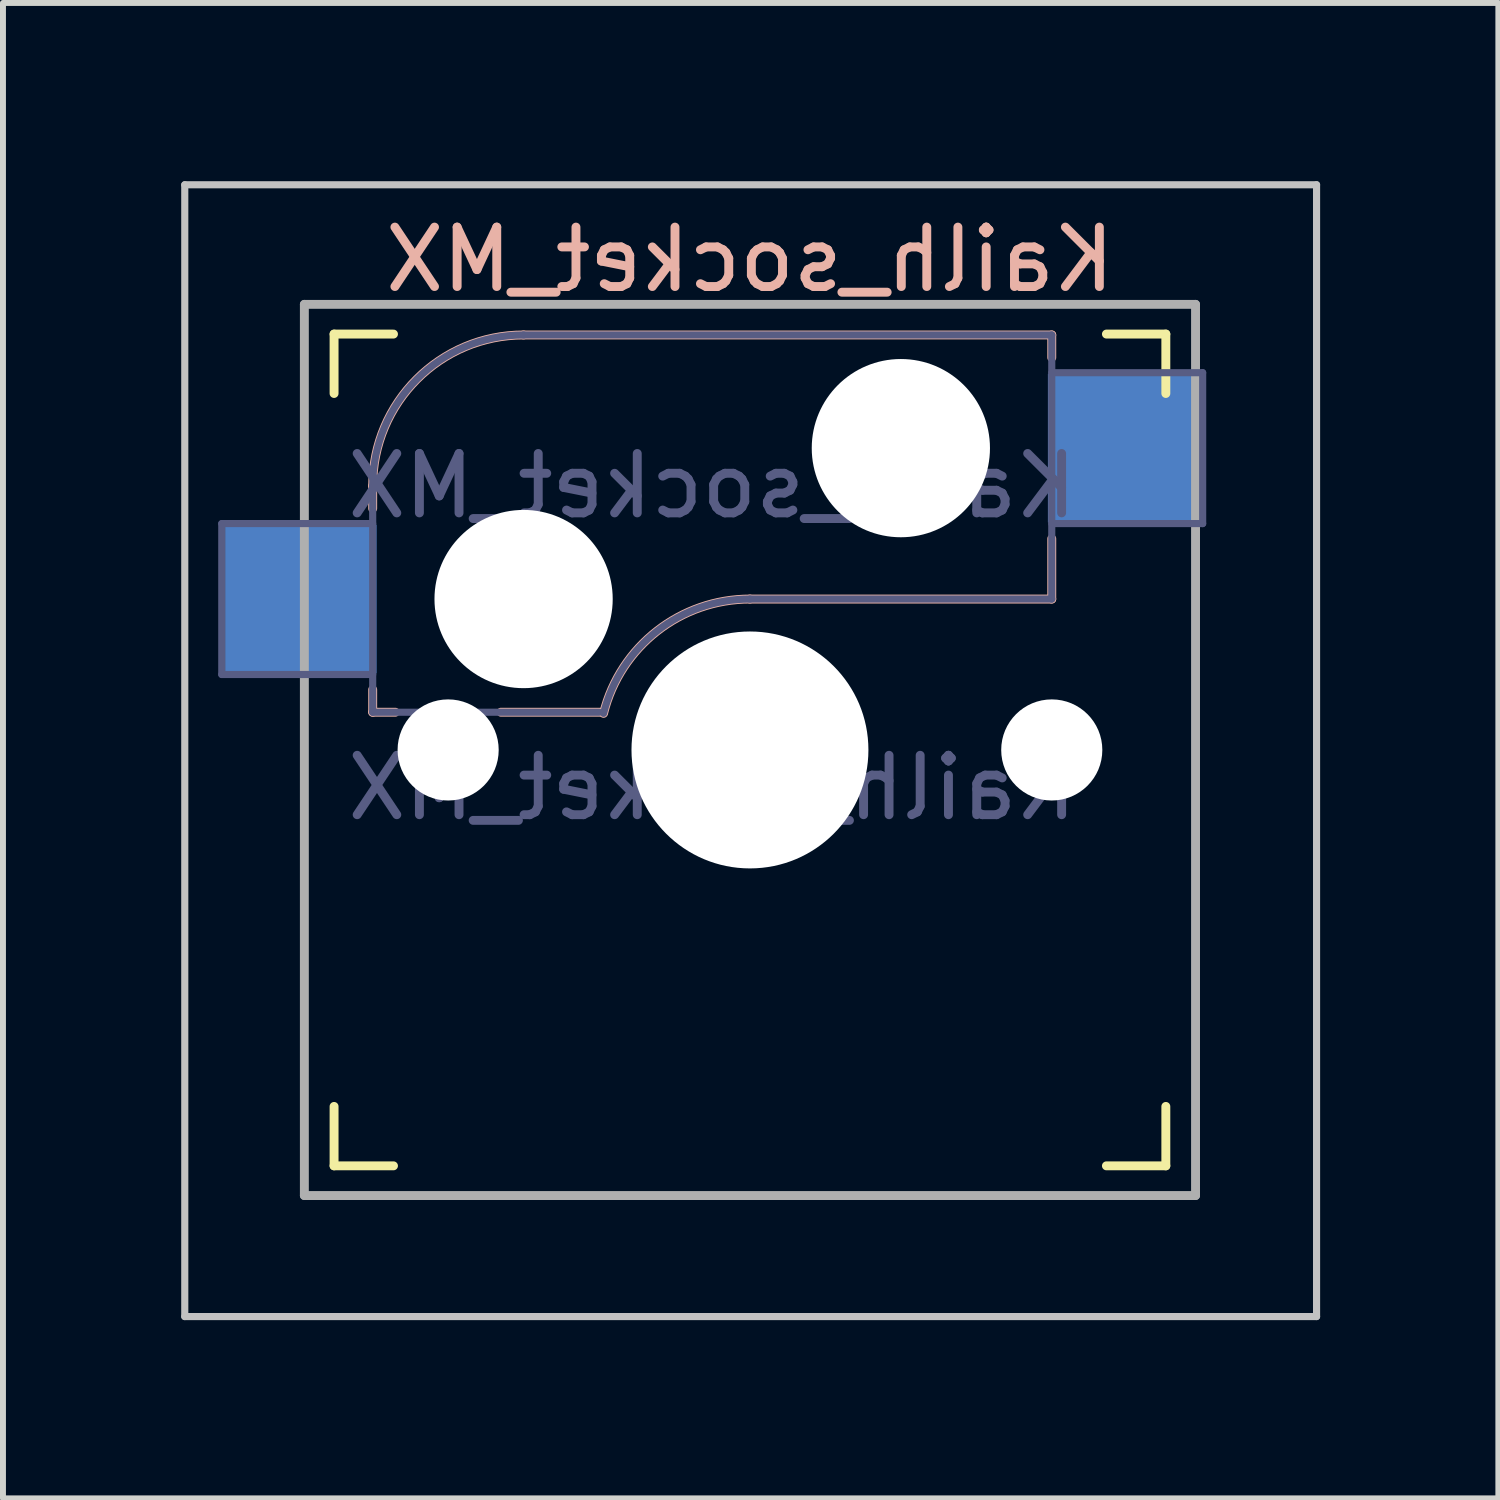
<source format=kicad_pcb>
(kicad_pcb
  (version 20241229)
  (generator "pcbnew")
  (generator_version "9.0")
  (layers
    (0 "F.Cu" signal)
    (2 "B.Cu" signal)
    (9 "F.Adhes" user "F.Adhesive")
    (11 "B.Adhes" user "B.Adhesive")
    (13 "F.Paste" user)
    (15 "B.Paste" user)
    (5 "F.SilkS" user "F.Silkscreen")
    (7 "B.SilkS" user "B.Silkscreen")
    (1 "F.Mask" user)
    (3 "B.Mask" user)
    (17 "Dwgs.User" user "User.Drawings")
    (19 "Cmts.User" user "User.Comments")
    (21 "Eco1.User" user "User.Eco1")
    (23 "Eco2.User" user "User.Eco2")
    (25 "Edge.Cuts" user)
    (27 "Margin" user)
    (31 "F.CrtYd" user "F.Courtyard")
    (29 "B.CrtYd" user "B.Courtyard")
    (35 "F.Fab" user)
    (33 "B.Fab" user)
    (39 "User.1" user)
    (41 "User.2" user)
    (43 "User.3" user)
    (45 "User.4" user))
  (footprint "Kailh_socket_MX"
    (layer "F.Cu")
    (at 9.573 9.573)
    (property "Reference" "Kailh_socket_MX" (at 0 -8.255 0) (layer "B.SilkS") (effects (font (size 1 1) (thickness 0.15)) (justify mirror)))
    (property "Value" "Kailh_socket_MX" (at 0 8.255 0) (layer "F.Fab") (hide yes) (effects (font (size 1 1) (thickness 0.15))))
    (attr smd)
    (fp_line (start -7 -6) (end -7 -7) (stroke (width 0.15) (type solid)) (layer "F.SilkS"))
    (fp_line (start -7 7) (end -7 6) (stroke (width 0.15) (type solid)) (layer "F.SilkS"))
    (fp_line (start -7 7) (end -6 7) (stroke (width 0.15) (type solid)) (layer "F.SilkS"))
    (fp_line (start -6 -7) (end -7 -7) (stroke (width 0.15) (type solid)) (layer "F.SilkS"))
    (fp_line (start 6 7) (end 7 7) (stroke (width 0.15) (type solid)) (layer "F.SilkS"))
    (fp_line (start 7 -7) (end 6 -7) (stroke (width 0.15) (type solid)) (layer "F.SilkS"))
    (fp_line (start 7 -7) (end 7 -6) (stroke (width 0.15) (type solid)) (layer "F.SilkS"))
    (fp_line (start 7 6) (end 7 7) (stroke (width 0.15) (type solid)) (layer "F.SilkS"))
    (fp_line (start -6.35 -4.445) (end -6.35 -4.064) (stroke (width 0.15) (type solid)) (layer "B.SilkS"))
    (fp_line (start -6.35 -1.016) (end -6.35 -0.635) (stroke (width 0.15) (type solid)) (layer "B.SilkS"))
    (fp_line (start -5.969 -0.635) (end -6.35 -0.635) (stroke (width 0.15) (type solid)) (layer "B.SilkS"))
    (fp_line (start -3.81 -6.985) (end 5.08 -6.985) (stroke (width 0.15) (type solid)) (layer "B.SilkS"))
    (fp_line (start -2.464 -0.635) (end -4.191 -0.635) (stroke (width 0.15) (type solid)) (layer "B.SilkS"))
    (fp_line (start 5.08 -6.985) (end 5.08 -6.604) (stroke (width 0.15) (type solid)) (layer "B.SilkS"))
    (fp_line (start 5.08 -3.556) (end 5.08 -2.54) (stroke (width 0.15) (type solid)) (layer "B.SilkS"))
    (fp_line (start 5.08 -2.54) (end 0 -2.54) (stroke (width 0.15) (type solid)) (layer "B.SilkS"))
    (fp_arc (start -6.35 -4.445) (mid -5.606051 -6.241051) (end -3.81 -6.985) (stroke (width 0.15) (type solid)) (layer "B.SilkS"))
    (fp_arc (start -2.464162 -0.61604) (mid -1.563147 -2.002042) (end 0 -2.54) (stroke (width 0.15) (type solid)) (layer "B.SilkS"))
    (fp_line (start -9.513 -9.513) (end -9.513 9.537) (stroke (width 0.12) (type solid)) (layer "Dwgs.User"))
    (fp_line (start -9.513 9.537) (end 9.537 9.537) (stroke (width 0.12) (type solid)) (layer "Dwgs.User"))
    (fp_line (start 9.537 -9.513) (end -9.513 -9.513) (stroke (width 0.12) (type solid)) (layer "Dwgs.User"))
    (fp_line (start 9.537 9.537) (end 9.537 -9.513) (stroke (width 0.12) (type solid)) (layer "Dwgs.User"))
    (fp_line (start -6.9 6.9) (end -6.9 -6.9) (stroke (width 0.15) (type solid)) (layer "Eco2.User"))
    (fp_line (start -6.9 6.9) (end 6.9 6.9) (stroke (width 0.15) (type solid)) (layer "Eco2.User"))
    (fp_line (start 6.9 -6.9) (end -6.9 -6.9) (stroke (width 0.15) (type solid)) (layer "Eco2.User"))
    (fp_line (start 6.9 -6.9) (end 6.9 6.9) (stroke (width 0.15) (type solid)) (layer "Eco2.User"))
    (fp_line (start -8.89 -3.81) (end -6.35 -3.81) (stroke (width 0.12) (type solid)) (layer "B.Fab"))
    (fp_line (start -8.89 -1.27) (end -8.89 -3.81) (stroke (width 0.12) (type solid)) (layer "B.Fab"))
    (fp_line (start -6.35 -1.27) (end -8.89 -1.27) (stroke (width 0.12) (type solid)) (layer "B.Fab"))
    (fp_line (start -6.35 -0.635) (end -6.35 -4.445) (stroke (width 0.12) (type solid)) (layer "B.Fab"))
    (fp_line (start -6.35 -0.635) (end -2.54 -0.635) (stroke (width 0.12) (type solid)) (layer "B.Fab"))
    (fp_line (start -3.81 -6.985) (end 5.08 -6.985) (stroke (width 0.12) (type solid)) (layer "B.Fab"))
    (fp_line (start 5.08 -6.985) (end 5.08 -2.54) (stroke (width 0.12) (type solid)) (layer "B.Fab"))
    (fp_line (start 5.08 -6.35) (end 7.62 -6.35) (stroke (width 0.12) (type solid)) (layer "B.Fab"))
    (fp_line (start 5.08 -2.54) (end 0 -2.54) (stroke (width 0.12) (type solid)) (layer "B.Fab"))
    (fp_line (start 7.62 -6.35) (end 7.62 -3.81) (stroke (width 0.12) (type solid)) (layer "B.Fab"))
    (fp_line (start 7.62 -3.81) (end 5.08 -3.81) (stroke (width 0.12) (type solid)) (layer "B.Fab"))
    (fp_arc (start -6.35 -4.445) (mid -5.606051 -6.241051) (end -3.81 -6.985) (stroke (width 0.12) (type solid)) (layer "B.Fab"))
    (fp_arc (start -2.464162 -0.61604) (mid -1.563147 -2.002042) (end 0 -2.54) (stroke (width 0.12) (type solid)) (layer "B.Fab"))
    (fp_line (start -7.5 -7.5) (end 7.5 -7.5) (stroke (width 0.15) (type solid)) (layer "F.Fab"))
    (fp_line (start -7.5 7.5) (end -7.5 -7.5) (stroke (width 0.15) (type solid)) (layer "F.Fab"))
    (fp_line (start 7.5 -7.5) (end 7.5 7.5) (stroke (width 0.15) (type solid)) (layer "F.Fab"))
    (fp_line (start 7.5 7.5) (end -7.5 7.5) (stroke (width 0.15) (type solid)) (layer "F.Fab"))
    (fp_text user "${REFERENCE}" (at -0.635 -4.445 0) (layer "B.Fab") (effects (font (size 1 1) (thickness 0.15)) (justify mirror)))
    (fp_text user "${VALUE}" (at -0.635 0.635 0) (layer "B.Fab") (effects (font (size 1 1) (thickness 0.15)) (justify mirror)))
    (pad "" np_thru_hole circle (at -5.08 0) (size 1.702 1.702) (drill 1.702) (layers "*.Cu" "*.Mask"))
    (pad "" np_thru_hole circle (at -3.81 -2.54) (size 3 3) (drill 3) (layers "*.Cu" "*.Mask"))
    (pad "" np_thru_hole circle (at 0 0) (size 3.988 3.988) (drill 3.988) (layers "*.Cu" "*.Mask"))
    (pad "" np_thru_hole circle (at 2.54 -5.08) (size 3 3) (drill 3) (layers "*.Cu" "*.Mask"))
    (pad "" np_thru_hole circle (at 5.08 0) (size 1.702 1.702) (drill 1.702) (layers "*.Cu" "*.Mask"))
    (pad "1" smd rect (at 6.29 -5.08) (size 2.55 2.5) (layers "B.Cu" "B.Mask" "B.Paste"))
    (pad "2" smd rect (at -7.56 -2.54) (size 2.55 2.5) (layers "B.Cu" "B.Mask" "B.Paste")))
  (gr_rect
    (start -3 -3)
    (end 22.17 22.17)
    (stroke (width 0.1) (type default))
    (fill no)
    (layer "Edge.Cuts")))
</source>
